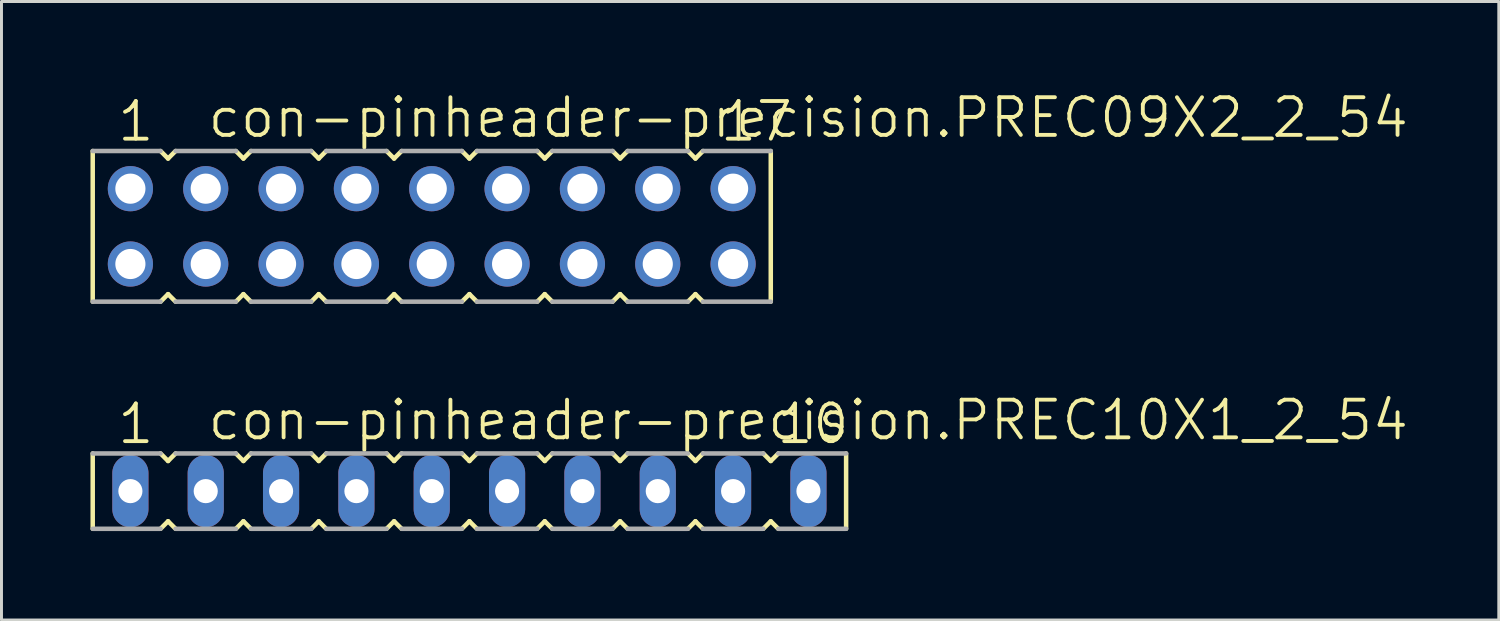
<source format=kicad_pcb>
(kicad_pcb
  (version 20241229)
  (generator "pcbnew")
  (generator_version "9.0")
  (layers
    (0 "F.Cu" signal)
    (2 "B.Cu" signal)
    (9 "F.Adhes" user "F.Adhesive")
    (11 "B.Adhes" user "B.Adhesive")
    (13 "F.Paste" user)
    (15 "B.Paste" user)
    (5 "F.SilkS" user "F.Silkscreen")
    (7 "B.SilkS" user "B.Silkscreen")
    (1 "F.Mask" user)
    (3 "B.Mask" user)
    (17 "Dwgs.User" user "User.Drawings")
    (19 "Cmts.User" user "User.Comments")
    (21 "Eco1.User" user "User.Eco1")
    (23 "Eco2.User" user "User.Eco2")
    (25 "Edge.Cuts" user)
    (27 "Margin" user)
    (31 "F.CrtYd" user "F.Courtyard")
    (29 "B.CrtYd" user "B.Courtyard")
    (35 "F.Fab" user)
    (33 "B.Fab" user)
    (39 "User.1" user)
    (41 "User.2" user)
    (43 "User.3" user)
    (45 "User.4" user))
  (footprint "con-pinheader-precision.PREC10X1_2_54"
    (layer "F.Cu")
    (at 12.776 13.508)
    (property "Reference" "con-pinheader-precision.PREC10X1_2_54" (at -8.89 -1.651 0) (layer "F.SilkS") (effects (font (size 1.27 1.27) (thickness 0.13)) (justify left bottom)))
    (attr through_hole)
    (fp_line (start -12.7 -1.27) (end -12.7 1.27) (stroke (width 0.152) (type default)) (layer "F.SilkS"))
    (fp_line (start -10.414 1.27) (end -10.16 1.016) (stroke (width 0.152) (type default)) (layer "F.SilkS"))
    (fp_line (start -10.16 -1.016) (end -10.414 -1.27) (stroke (width 0.152) (type default)) (layer "F.SilkS"))
    (fp_line (start -10.16 1.016) (end -9.906 1.27) (stroke (width 0.152) (type default)) (layer "F.SilkS"))
    (fp_line (start -9.906 -1.27) (end -10.16 -1.016) (stroke (width 0.152) (type default)) (layer "F.SilkS"))
    (fp_line (start -7.874 1.27) (end -7.62 1.016) (stroke (width 0.152) (type default)) (layer "F.SilkS"))
    (fp_line (start -7.62 -1.016) (end -7.874 -1.27) (stroke (width 0.152) (type default)) (layer "F.SilkS"))
    (fp_line (start -7.62 1.016) (end -7.366 1.27) (stroke (width 0.152) (type default)) (layer "F.SilkS"))
    (fp_line (start -7.366 -1.27) (end -7.62 -1.016) (stroke (width 0.152) (type default)) (layer "F.SilkS"))
    (fp_line (start -5.334 1.27) (end -5.08 1.016) (stroke (width 0.152) (type default)) (layer "F.SilkS"))
    (fp_line (start -5.08 -1.016) (end -5.334 -1.27) (stroke (width 0.152) (type default)) (layer "F.SilkS"))
    (fp_line (start -5.08 1.016) (end -4.826 1.27) (stroke (width 0.152) (type default)) (layer "F.SilkS"))
    (fp_line (start -4.826 -1.27) (end -5.08 -1.016) (stroke (width 0.152) (type default)) (layer "F.SilkS"))
    (fp_line (start -2.794 1.27) (end -2.54 1.016) (stroke (width 0.152) (type default)) (layer "F.SilkS"))
    (fp_line (start -2.54 -1.016) (end -2.794 -1.27) (stroke (width 0.152) (type default)) (layer "F.SilkS"))
    (fp_line (start -2.54 1.016) (end -2.286 1.27) (stroke (width 0.152) (type default)) (layer "F.SilkS"))
    (fp_line (start -2.286 -1.27) (end -2.54 -1.016) (stroke (width 0.152) (type default)) (layer "F.SilkS"))
    (fp_line (start -0.254 1.27) (end 0 1.016) (stroke (width 0.152) (type default)) (layer "F.SilkS"))
    (fp_line (start 0 -1.016) (end -0.254 -1.27) (stroke (width 0.152) (type default)) (layer "F.SilkS"))
    (fp_line (start 0 1.016) (end 0.254 1.27) (stroke (width 0.152) (type default)) (layer "F.SilkS"))
    (fp_line (start 0.254 -1.27) (end 0 -1.016) (stroke (width 0.152) (type default)) (layer "F.SilkS"))
    (fp_line (start 2.286 1.27) (end 2.54 1.016) (stroke (width 0.152) (type default)) (layer "F.SilkS"))
    (fp_line (start 2.54 -1.016) (end 2.286 -1.27) (stroke (width 0.152) (type default)) (layer "F.SilkS"))
    (fp_line (start 2.54 1.016) (end 2.794 1.27) (stroke (width 0.152) (type default)) (layer "F.SilkS"))
    (fp_line (start 2.794 -1.27) (end 2.54 -1.016) (stroke (width 0.152) (type default)) (layer "F.SilkS"))
    (fp_line (start 4.826 1.27) (end 5.08 1.016) (stroke (width 0.152) (type default)) (layer "F.SilkS"))
    (fp_line (start 5.08 -1.016) (end 4.826 -1.27) (stroke (width 0.152) (type default)) (layer "F.SilkS"))
    (fp_line (start 5.08 1.016) (end 5.334 1.27) (stroke (width 0.152) (type default)) (layer "F.SilkS"))
    (fp_line (start 5.334 -1.27) (end 5.08 -1.016) (stroke (width 0.152) (type default)) (layer "F.SilkS"))
    (fp_line (start 7.366 1.27) (end 7.62 1.016) (stroke (width 0.152) (type default)) (layer "F.SilkS"))
    (fp_line (start 7.62 -1.016) (end 7.366 -1.27) (stroke (width 0.152) (type default)) (layer "F.SilkS"))
    (fp_line (start 7.62 1.016) (end 7.874 1.27) (stroke (width 0.152) (type default)) (layer "F.SilkS"))
    (fp_line (start 7.874 -1.27) (end 7.62 -1.016) (stroke (width 0.152) (type default)) (layer "F.SilkS"))
    (fp_line (start 9.906 1.27) (end 10.16 1.016) (stroke (width 0.152) (type default)) (layer "F.SilkS"))
    (fp_line (start 10.16 -1.016) (end 9.906 -1.27) (stroke (width 0.152) (type default)) (layer "F.SilkS"))
    (fp_line (start 10.16 1.016) (end 10.414 1.27) (stroke (width 0.152) (type default)) (layer "F.SilkS"))
    (fp_line (start 10.414 -1.27) (end 10.16 -1.016) (stroke (width 0.152) (type default)) (layer "F.SilkS"))
    (fp_line (start 12.7 1.27) (end 12.7 -1.27) (stroke (width 0.152) (type default)) (layer "F.SilkS"))
    (fp_line (start -12.7 1.27) (end -10.414 1.27) (stroke (width 0.152) (type default)) (layer "F.Fab"))
    (fp_line (start -10.414 -1.27) (end -12.7 -1.27) (stroke (width 0.152) (type default)) (layer "F.Fab"))
    (fp_line (start -9.906 1.27) (end -7.874 1.27) (stroke (width 0.152) (type default)) (layer "F.Fab"))
    (fp_line (start -7.874 -1.27) (end -9.906 -1.27) (stroke (width 0.152) (type default)) (layer "F.Fab"))
    (fp_line (start -7.366 1.27) (end -5.334 1.27) (stroke (width 0.152) (type default)) (layer "F.Fab"))
    (fp_line (start -5.334 -1.27) (end -7.366 -1.27) (stroke (width 0.152) (type default)) (layer "F.Fab"))
    (fp_line (start -4.826 1.27) (end -2.794 1.27) (stroke (width 0.152) (type default)) (layer "F.Fab"))
    (fp_line (start -2.794 -1.27) (end -4.826 -1.27) (stroke (width 0.152) (type default)) (layer "F.Fab"))
    (fp_line (start -2.286 1.27) (end -0.254 1.27) (stroke (width 0.152) (type default)) (layer "F.Fab"))
    (fp_line (start -0.254 -1.27) (end -2.286 -1.27) (stroke (width 0.152) (type default)) (layer "F.Fab"))
    (fp_line (start 0.254 1.27) (end 2.286 1.27) (stroke (width 0.152) (type default)) (layer "F.Fab"))
    (fp_line (start 2.286 -1.27) (end 0.254 -1.27) (stroke (width 0.152) (type default)) (layer "F.Fab"))
    (fp_line (start 2.794 1.27) (end 4.826 1.27) (stroke (width 0.152) (type default)) (layer "F.Fab"))
    (fp_line (start 4.826 -1.27) (end 2.794 -1.27) (stroke (width 0.152) (type default)) (layer "F.Fab"))
    (fp_line (start 5.334 1.27) (end 7.366 1.27) (stroke (width 0.152) (type default)) (layer "F.Fab"))
    (fp_line (start 7.366 -1.27) (end 5.334 -1.27) (stroke (width 0.152) (type default)) (layer "F.Fab"))
    (fp_line (start 7.874 1.27) (end 9.906 1.27) (stroke (width 0.152) (type default)) (layer "F.Fab"))
    (fp_line (start 9.906 -1.27) (end 7.874 -1.27) (stroke (width 0.152) (type default)) (layer "F.Fab"))
    (fp_line (start 10.414 1.27) (end 12.7 1.27) (stroke (width 0.152) (type default)) (layer "F.Fab"))
    (fp_line (start 12.7 -1.27) (end 10.414 -1.27) (stroke (width 0.152) (type default)) (layer "F.Fab"))
    (fp_text user "1" (at -11.938 -1.524 0) (layer "F.SilkS") (effects (font (size 1.27 1.27) (thickness 0.13)) (justify left bottom)))
    (fp_text user "10" (at 10.287 -1.524 0) (layer "F.SilkS") (effects (font (size 1.27 1.27) (thickness 0.13)) (justify left bottom)))
    (pad "1" thru_hole oval (at -11.43 0 90) (size 2.438 1.219) (drill 0.813) (layers "*.Cu" "*.Mask"))
    (pad "2" thru_hole oval (at -8.89 0 90) (size 2.438 1.219) (drill 0.813) (layers "*.Cu" "*.Mask"))
    (pad "3" thru_hole oval (at -6.35 0 90) (size 2.438 1.219) (drill 0.813) (layers "*.Cu" "*.Mask"))
    (pad "4" thru_hole oval (at -3.81 0 90) (size 2.438 1.219) (drill 0.813) (layers "*.Cu" "*.Mask"))
    (pad "5" thru_hole oval (at -1.27 0 90) (size 2.438 1.219) (drill 0.813) (layers "*.Cu" "*.Mask"))
    (pad "6" thru_hole oval (at 1.27 0 90) (size 2.438 1.219) (drill 0.813) (layers "*.Cu" "*.Mask"))
    (pad "7" thru_hole oval (at 3.81 0 90) (size 2.438 1.219) (drill 0.813) (layers "*.Cu" "*.Mask"))
    (pad "8" thru_hole oval (at 6.35 0 90) (size 2.438 1.219) (drill 0.813) (layers "*.Cu" "*.Mask"))
    (pad "9" thru_hole oval (at 8.89 0 90) (size 2.438 1.219) (drill 0.813) (layers "*.Cu" "*.Mask"))
    (pad "10" thru_hole oval (at 11.43 0 90) (size 2.438 1.219) (drill 0.813) (layers "*.Cu" "*.Mask")))
  (footprint "con-pinheader-precision.PREC09X2_2_54"
    (layer "F.Cu")
    (at 11.506 4.581)
    (property "Reference" "con-pinheader-precision.PREC09X2_2_54" (at -7.62 -2.921 0) (layer "F.SilkS") (effects (font (size 1.27 1.27) (thickness 0.13)) (justify left bottom)))
    (attr through_hole)
    (fp_line (start -11.43 -2.54) (end -11.43 2.54) (stroke (width 0.152) (type default)) (layer "F.SilkS"))
    (fp_line (start -9.144 2.54) (end -8.89 2.286) (stroke (width 0.152) (type default)) (layer "F.SilkS"))
    (fp_line (start -8.89 -2.286) (end -9.144 -2.54) (stroke (width 0.152) (type default)) (layer "F.SilkS"))
    (fp_line (start -8.89 2.286) (end -8.636 2.54) (stroke (width 0.152) (type default)) (layer "F.SilkS"))
    (fp_line (start -8.636 -2.54) (end -8.89 -2.286) (stroke (width 0.152) (type default)) (layer "F.SilkS"))
    (fp_line (start -6.604 2.54) (end -6.35 2.286) (stroke (width 0.152) (type default)) (layer "F.SilkS"))
    (fp_line (start -6.35 -2.286) (end -6.604 -2.54) (stroke (width 0.152) (type default)) (layer "F.SilkS"))
    (fp_line (start -6.35 2.286) (end -6.096 2.54) (stroke (width 0.152) (type default)) (layer "F.SilkS"))
    (fp_line (start -6.096 -2.54) (end -6.35 -2.286) (stroke (width 0.152) (type default)) (layer "F.SilkS"))
    (fp_line (start -4.064 2.54) (end -3.81 2.286) (stroke (width 0.152) (type default)) (layer "F.SilkS"))
    (fp_line (start -3.81 -2.286) (end -4.064 -2.54) (stroke (width 0.152) (type default)) (layer "F.SilkS"))
    (fp_line (start -3.81 2.286) (end -3.556 2.54) (stroke (width 0.152) (type default)) (layer "F.SilkS"))
    (fp_line (start -3.556 -2.54) (end -3.81 -2.286) (stroke (width 0.152) (type default)) (layer "F.SilkS"))
    (fp_line (start -1.524 2.54) (end -1.27 2.286) (stroke (width 0.152) (type default)) (layer "F.SilkS"))
    (fp_line (start -1.27 -2.286) (end -1.524 -2.54) (stroke (width 0.152) (type default)) (layer "F.SilkS"))
    (fp_line (start -1.27 2.286) (end -1.016 2.54) (stroke (width 0.152) (type default)) (layer "F.SilkS"))
    (fp_line (start -1.016 -2.54) (end -1.27 -2.286) (stroke (width 0.152) (type default)) (layer "F.SilkS"))
    (fp_line (start 1.016 2.54) (end 1.27 2.286) (stroke (width 0.152) (type default)) (layer "F.SilkS"))
    (fp_line (start 1.27 -2.286) (end 1.016 -2.54) (stroke (width 0.152) (type default)) (layer "F.SilkS"))
    (fp_line (start 1.27 2.286) (end 1.524 2.54) (stroke (width 0.152) (type default)) (layer "F.SilkS"))
    (fp_line (start 1.524 -2.54) (end 1.27 -2.286) (stroke (width 0.152) (type default)) (layer "F.SilkS"))
    (fp_line (start 3.556 2.54) (end 3.81 2.286) (stroke (width 0.152) (type default)) (layer "F.SilkS"))
    (fp_line (start 3.81 -2.286) (end 3.556 -2.54) (stroke (width 0.152) (type default)) (layer "F.SilkS"))
    (fp_line (start 3.81 2.286) (end 4.064 2.54) (stroke (width 0.152) (type default)) (layer "F.SilkS"))
    (fp_line (start 4.064 -2.54) (end 3.81 -2.286) (stroke (width 0.152) (type default)) (layer "F.SilkS"))
    (fp_line (start 6.096 2.54) (end 6.35 2.286) (stroke (width 0.152) (type default)) (layer "F.SilkS"))
    (fp_line (start 6.35 -2.286) (end 6.096 -2.54) (stroke (width 0.152) (type default)) (layer "F.SilkS"))
    (fp_line (start 6.35 2.286) (end 6.604 2.54) (stroke (width 0.152) (type default)) (layer "F.SilkS"))
    (fp_line (start 6.604 -2.54) (end 6.35 -2.286) (stroke (width 0.152) (type default)) (layer "F.SilkS"))
    (fp_line (start 8.636 2.54) (end 8.89 2.286) (stroke (width 0.152) (type default)) (layer "F.SilkS"))
    (fp_line (start 8.89 -2.286) (end 8.636 -2.54) (stroke (width 0.152) (type default)) (layer "F.SilkS"))
    (fp_line (start 8.89 2.286) (end 9.144 2.54) (stroke (width 0.152) (type default)) (layer "F.SilkS"))
    (fp_line (start 9.144 -2.54) (end 8.89 -2.286) (stroke (width 0.152) (type default)) (layer "F.SilkS"))
    (fp_line (start 11.43 2.54) (end 11.43 -2.54) (stroke (width 0.152) (type default)) (layer "F.SilkS"))
    (fp_line (start -11.43 2.54) (end -9.144 2.54) (stroke (width 0.152) (type default)) (layer "F.Fab"))
    (fp_line (start -9.144 -2.54) (end -11.43 -2.54) (stroke (width 0.152) (type default)) (layer "F.Fab"))
    (fp_line (start -8.636 2.54) (end -6.604 2.54) (stroke (width 0.152) (type default)) (layer "F.Fab"))
    (fp_line (start -6.604 -2.54) (end -8.636 -2.54) (stroke (width 0.152) (type default)) (layer "F.Fab"))
    (fp_line (start -6.096 2.54) (end -4.064 2.54) (stroke (width 0.152) (type default)) (layer "F.Fab"))
    (fp_line (start -4.064 -2.54) (end -6.096 -2.54) (stroke (width 0.152) (type default)) (layer "F.Fab"))
    (fp_line (start -3.556 2.54) (end -1.524 2.54) (stroke (width 0.152) (type default)) (layer "F.Fab"))
    (fp_line (start -1.524 -2.54) (end -3.556 -2.54) (stroke (width 0.152) (type default)) (layer "F.Fab"))
    (fp_line (start -1.016 2.54) (end 1.016 2.54) (stroke (width 0.152) (type default)) (layer "F.Fab"))
    (fp_line (start 1.016 -2.54) (end -1.016 -2.54) (stroke (width 0.152) (type default)) (layer "F.Fab"))
    (fp_line (start 1.524 2.54) (end 3.556 2.54) (stroke (width 0.152) (type default)) (layer "F.Fab"))
    (fp_line (start 3.556 -2.54) (end 1.524 -2.54) (stroke (width 0.152) (type default)) (layer "F.Fab"))
    (fp_line (start 4.064 2.54) (end 6.096 2.54) (stroke (width 0.152) (type default)) (layer "F.Fab"))
    (fp_line (start 6.096 -2.54) (end 4.064 -2.54) (stroke (width 0.152) (type default)) (layer "F.Fab"))
    (fp_line (start 6.604 2.54) (end 8.636 2.54) (stroke (width 0.152) (type default)) (layer "F.Fab"))
    (fp_line (start 8.636 -2.54) (end 6.604 -2.54) (stroke (width 0.152) (type default)) (layer "F.Fab"))
    (fp_line (start 9.144 2.54) (end 11.43 2.54) (stroke (width 0.152) (type default)) (layer "F.Fab"))
    (fp_line (start 11.43 -2.54) (end 9.144 -2.54) (stroke (width 0.152) (type default)) (layer "F.Fab"))
    (fp_text user "17" (at 9.652 -2.794 0) (layer "F.SilkS") (effects (font (size 1.27 1.27) (thickness 0.13)) (justify left bottom)))
    (fp_text user "1" (at -10.668 -2.794 0) (layer "F.SilkS") (effects (font (size 1.27 1.27) (thickness 0.13)) (justify left bottom)))
    (pad "1" thru_hole circle (at -10.16 -1.27 180) (size 1.524 1.524) (drill 1.016) (layers "*.Cu" "*.Mask"))
    (pad "2" thru_hole circle (at -10.16 1.27 180) (size 1.524 1.524) (drill 1.016) (layers "*.Cu" "*.Mask"))
    (pad "3" thru_hole circle (at -7.62 -1.27 180) (size 1.524 1.524) (drill 1.016) (layers "*.Cu" "*.Mask"))
    (pad "4" thru_hole circle (at -7.62 1.27 180) (size 1.524 1.524) (drill 1.016) (layers "*.Cu" "*.Mask"))
    (pad "5" thru_hole circle (at -5.08 -1.27 180) (size 1.524 1.524) (drill 1.016) (layers "*.Cu" "*.Mask"))
    (pad "6" thru_hole circle (at -5.08 1.27 180) (size 1.524 1.524) (drill 1.016) (layers "*.Cu" "*.Mask"))
    (pad "7" thru_hole circle (at -2.54 -1.27 180) (size 1.524 1.524) (drill 1.016) (layers "*.Cu" "*.Mask"))
    (pad "8" thru_hole circle (at -2.54 1.27 180) (size 1.524 1.524) (drill 1.016) (layers "*.Cu" "*.Mask"))
    (pad "9" thru_hole circle (at 0 -1.27 180) (size 1.524 1.524) (drill 1.016) (layers "*.Cu" "*.Mask"))
    (pad "10" thru_hole circle (at 0 1.27 180) (size 1.524 1.524) (drill 1.016) (layers "*.Cu" "*.Mask"))
    (pad "11" thru_hole circle (at 2.54 -1.27 180) (size 1.524 1.524) (drill 1.016) (layers "*.Cu" "*.Mask"))
    (pad "12" thru_hole circle (at 2.54 1.27 180) (size 1.524 1.524) (drill 1.016) (layers "*.Cu" "*.Mask"))
    (pad "13" thru_hole circle (at 5.08 -1.27 180) (size 1.524 1.524) (drill 1.016) (layers "*.Cu" "*.Mask"))
    (pad "14" thru_hole circle (at 5.08 1.27 180) (size 1.524 1.524) (drill 1.016) (layers "*.Cu" "*.Mask"))
    (pad "15" thru_hole circle (at 7.62 -1.27 180) (size 1.524 1.524) (drill 1.016) (layers "*.Cu" "*.Mask"))
    (pad "16" thru_hole circle (at 7.62 1.27 180) (size 1.524 1.524) (drill 1.016) (layers "*.Cu" "*.Mask"))
    (pad "17" thru_hole circle (at 10.16 -1.27 180) (size 1.524 1.524) (drill 1.016) (layers "*.Cu" "*.Mask"))
    (pad "18" thru_hole circle (at 10.16 1.27 180) (size 1.524 1.524) (drill 1.016) (layers "*.Cu" "*.Mask")))
  (gr_rect
    (start -3 -3)
    (end 47.481 17.854)
    (stroke (width 0.1) (type default))
    (fill no)
    (layer "Edge.Cuts")))
</source>
